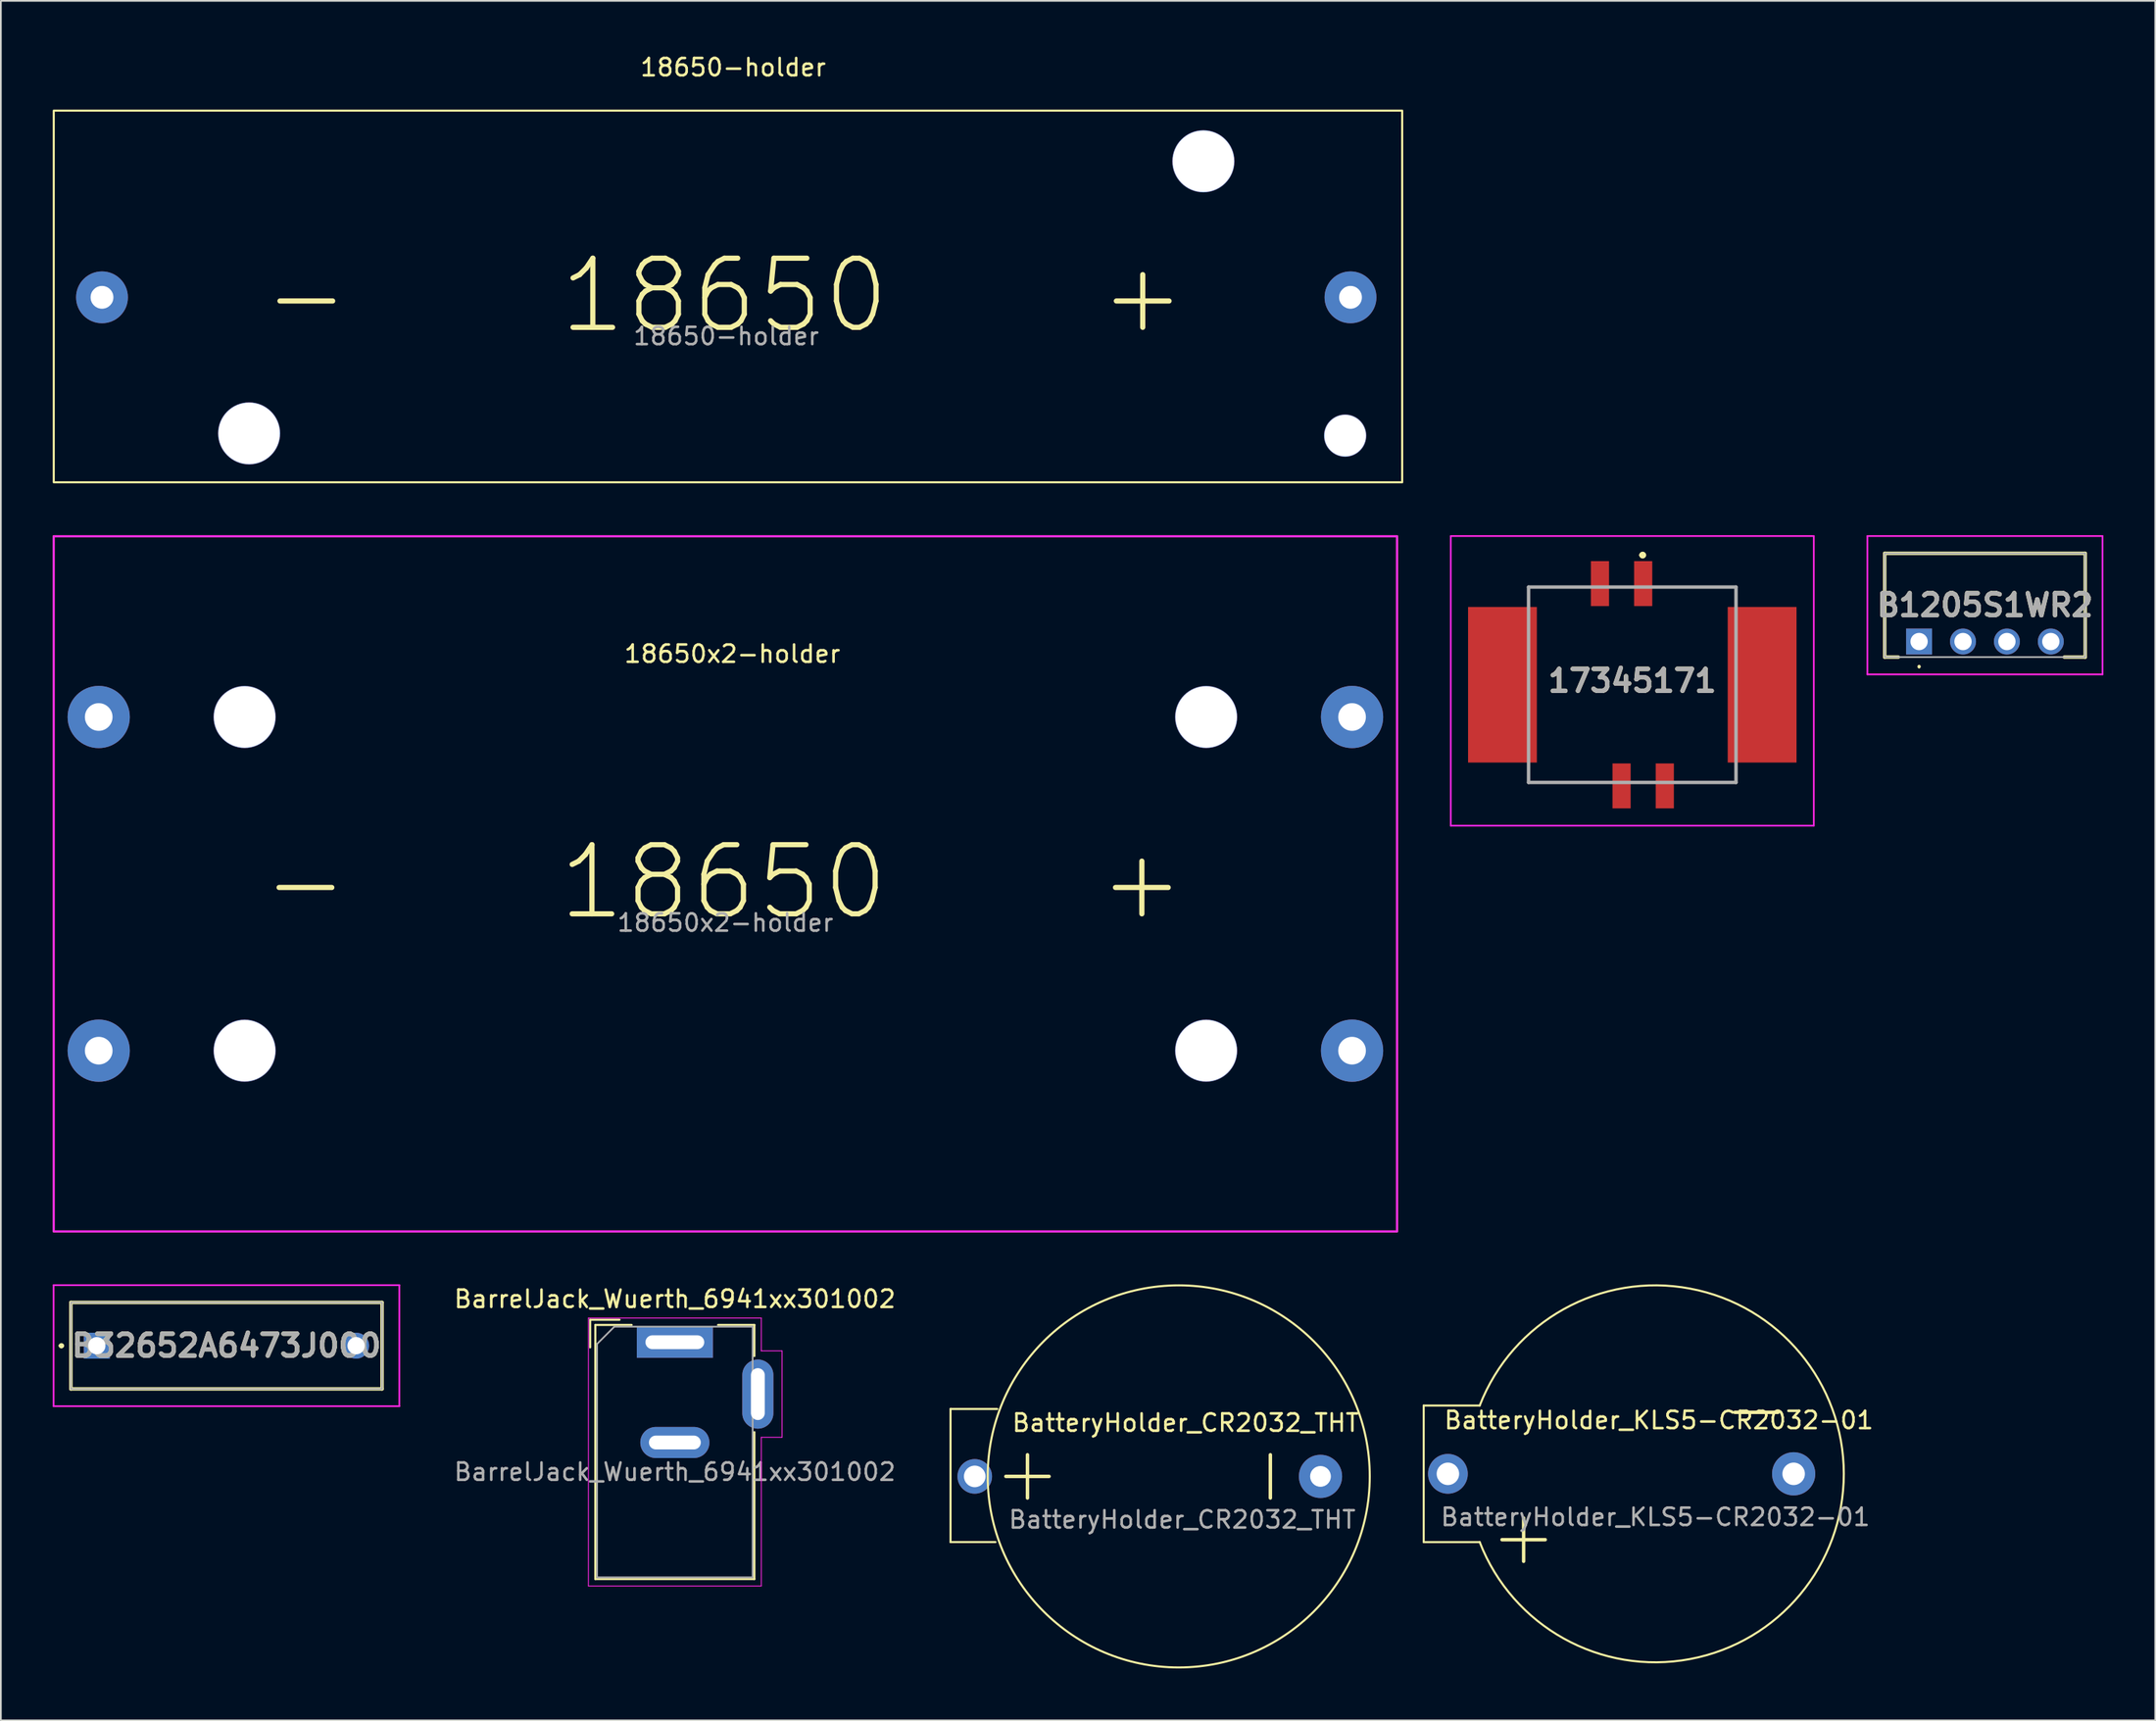
<source format=kicad_pcb>
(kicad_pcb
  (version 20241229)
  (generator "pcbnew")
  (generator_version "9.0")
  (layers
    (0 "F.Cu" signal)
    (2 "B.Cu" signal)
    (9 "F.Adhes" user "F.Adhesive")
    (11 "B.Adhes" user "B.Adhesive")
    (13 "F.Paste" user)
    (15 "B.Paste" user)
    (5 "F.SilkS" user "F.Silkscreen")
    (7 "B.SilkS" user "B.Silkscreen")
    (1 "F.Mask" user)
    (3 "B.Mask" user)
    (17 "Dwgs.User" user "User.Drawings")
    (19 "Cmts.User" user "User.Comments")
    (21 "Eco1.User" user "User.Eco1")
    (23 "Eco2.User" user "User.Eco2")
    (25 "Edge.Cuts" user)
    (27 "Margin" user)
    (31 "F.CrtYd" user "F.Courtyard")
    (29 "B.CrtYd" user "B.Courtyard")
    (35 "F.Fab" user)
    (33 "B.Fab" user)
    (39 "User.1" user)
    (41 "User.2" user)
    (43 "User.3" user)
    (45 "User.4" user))
  (footprint "18650-holder"
    (layer "F.Cu")
    (at 38.96 14.148)
    (property "Reference" "18650-holder" (at 0.4 -13.3 0) (unlocked yes) (layer "F.SilkS") (effects (font (size 1 1) (thickness 0.15))))
    (attr through_hole)
    (fp_rect (start -38.9 -10.8) (end 39.1 10.7) (stroke (width 0.12) (type solid)) (fill no) (layer "F.SilkS"))
    (fp_text user "-    18650    +" (at -0.1 -0.1 0) (unlocked yes) (layer "F.SilkS") (effects (font (size 4 4) (thickness 0.3))))
    (fp_text user "${REFERENCE}" (at 0 2.25 0) (unlocked yes) (layer "F.Fab") (effects (font (size 1 1) (thickness 0.15))))
    (pad "" np_thru_hole circle (at -27.6 7.87) (size 3.6 3.6) (drill 3.55) (layers "*.Cu" "*.Mask"))
    (pad "" np_thru_hole circle (at 27.6 -7.87) (size 3.6 3.6) (drill 3.55) (layers "*.Cu" "*.Mask"))
    (pad "" np_thru_hole circle (at 35.8 8) (size 2.45 2.45) (drill 2.4) (layers "*.Cu" "*.Mask"))
    (pad "1" thru_hole circle (at 36.11 0) (size 3 3) (drill 1.32) (layers "*.Cu" "*.Mask"))
    (pad "2" thru_hole circle (at -36.11 0) (size 3 3) (drill 1.32) (layers "*.Cu" "*.Mask")))
  (footprint "BatteryHolder_KLS5-CR2032-01"
    (layer "F.Cu")
    (at 92.704 82.199)
    (property "Reference" "BatteryHolder_KLS5-CR2032-01" (at 0.2 -3.1 0) (unlocked yes) (layer "F.SilkS") (effects (font (size 1 1) (thickness 0.15))))
    (attr through_hole)
    (fp_line (start -13.4 -3.95) (end -13.4 3.95) (stroke (width 0.12) (type solid)) (layer "F.SilkS"))
    (fp_line (start -13.4 3.95) (end -10.16 3.95) (stroke (width 0.12) (type solid)) (layer "F.SilkS"))
    (fp_line (start -10.16 -3.95) (end -13.4 -3.95) (stroke (width 0.12) (type solid)) (layer "F.SilkS"))
    (fp_line (start -8.87 3.81) (end -6.37 3.81) (stroke (width 0.2) (type solid)) (layer "F.SilkS"))
    (fp_line (start -7.62 5.06) (end -7.62 2.56) (stroke (width 0.2) (type solid)) (layer "F.SilkS"))
    (fp_line (start 7.092 -3.556) (end 4.592 -3.556) (stroke (width 0.2) (type solid)) (layer "F.SilkS"))
    (fp_arc (start -10.16 -3.95) (mid 10.90083 0) (end -10.16 3.95) (stroke (width 0.12) (type solid)) (layer "F.SilkS"))
    (fp_text user "${REFERENCE}" (at 0 2.5 0) (unlocked yes) (layer "F.Fab") (effects (font (size 1 1) (thickness 0.15))))
    (pad "1" thru_hole circle (at -12 0 90) (size 2.3 2.3) (drill 1.3) (layers "*.Cu" "*.Mask"))
    (pad "2" thru_hole circle (at 8 0 90) (size 2.5 2.5) (drill 1.3) (layers "*.Cu" "*.Mask")))
  (footprint "17345171"
    (layer "F.Cu")
    (at 91.37 35.683)
    (property "Reference" "17345171" (at 0 0.65 0) (layer "F.SilkS") (effects (font (size 1.27 1.27) (thickness 0.254))))
    (attr smd)
    (fp_line (start -6 -4.775) (end -6 -4.125) (stroke (width 0.1) (type solid)) (layer "F.SilkS"))
    (fp_line (start -6 5.875) (end -6 6.525) (stroke (width 0.1) (type solid)) (layer "F.SilkS"))
    (fp_line (start -6 6.525) (end -1.5 6.525) (stroke (width 0.1) (type solid)) (layer "F.SilkS"))
    (fp_line (start -3 -4.775) (end -6 -4.775) (stroke (width 0.1) (type solid)) (layer "F.SilkS"))
    (fp_line (start 0.5 -6.625) (end 0.5 -6.625) (stroke (width 0.2) (type solid)) (layer "F.SilkS"))
    (fp_line (start 0.7 -6.625) (end 0.7 -6.625) (stroke (width 0.2) (type solid)) (layer "F.SilkS"))
    (fp_line (start 1.5 -4.775) (end 6 -4.775) (stroke (width 0.1) (type solid)) (layer "F.SilkS"))
    (fp_line (start 6 -4.775) (end 6 -4.125) (stroke (width 0.1) (type solid)) (layer "F.SilkS"))
    (fp_line (start 6 5.875) (end 6 6.525) (stroke (width 0.1) (type solid)) (layer "F.SilkS"))
    (fp_line (start 6 6.525) (end 3 6.525) (stroke (width 0.1) (type solid)) (layer "F.SilkS"))
    (fp_arc (start 0.5 -6.625) (mid 0.6 -6.725) (end 0.7 -6.625) (stroke (width 0.2) (type solid)) (layer "F.SilkS"))
    (fp_arc (start 0.7 -6.625) (mid 0.6 -6.525) (end 0.5 -6.625) (stroke (width 0.2) (type solid)) (layer "F.SilkS"))
    (fp_line (start -10.5 -7.725) (end 10.5 -7.725) (stroke (width 0.1) (type solid)) (layer "F.CrtYd"))
    (fp_line (start -10.5 9.025) (end -10.5 -7.725) (stroke (width 0.1) (type solid)) (layer "F.CrtYd"))
    (fp_line (start 10.5 -7.725) (end 10.5 9.025) (stroke (width 0.1) (type solid)) (layer "F.CrtYd"))
    (fp_line (start 10.5 9.025) (end -10.5 9.025) (stroke (width 0.1) (type solid)) (layer "F.CrtYd"))
    (fp_line (start -6 -4.775) (end 6 -4.775) (stroke (width 0.2) (type solid)) (layer "F.Fab"))
    (fp_line (start -6 6.525) (end -6 -4.775) (stroke (width 0.2) (type solid)) (layer "F.Fab"))
    (fp_line (start 6 -4.775) (end 6 6.525) (stroke (width 0.2) (type solid)) (layer "F.Fab"))
    (fp_line (start 6 6.525) (end -6 6.525) (stroke (width 0.2) (type solid)) (layer "F.Fab"))
    (fp_text user "${REFERENCE}" (at 0 0.65 0) (layer "F.Fab") (effects (font (size 1.27 1.27) (thickness 0.254))))
    (pad "1" smd rect (at 0.63 -4.975) (size 1.05 2.6) (layers "F.Cu" "F.Mask" "F.Paste"))
    (pad "2" smd rect (at -1.87 -4.975) (size 1.05 2.6) (layers "F.Cu" "F.Mask" "F.Paste"))
    (pad "3" smd rect (at -0.62 6.725) (size 1.05 2.6) (layers "F.Cu" "F.Mask" "F.Paste"))
    (pad "4" smd rect (at 1.88 6.725) (size 1.05 2.6) (layers "F.Cu" "F.Mask" "F.Paste"))
    (pad "5" smd rect (at -7.51 0.875) (size 3.98 9) (layers "F.Cu" "F.Mask" "F.Paste"))
    (pad "5" smd rect (at 7.51 0.875) (size 3.98 9) (layers "F.Cu" "F.Mask" "F.Paste")))
  (footprint "B1205S1WR2"
    (layer "F.Cu")
    (at 107.96 34.058)
    (property "Reference" "B1205S1WR2" (at 3.81 -2.1 0) (layer "F.SilkS") (effects (font (size 1.27 1.27) (thickness 0.254))))
    (attr through_hole)
    (fp_line (start -1.99 -5.1) (end 9.61 -5.1) (stroke (width 0.2) (type solid)) (layer "F.SilkS"))
    (fp_line (start -1.99 0.9) (end -1.99 -5.1) (stroke (width 0.2) (type solid)) (layer "F.SilkS"))
    (fp_line (start -1.2 0.9) (end -1.99 0.9) (stroke (width 0.2) (type solid)) (layer "F.SilkS"))
    (fp_line (start 0 1.4) (end 0 1.4) (stroke (width 0.1) (type solid)) (layer "F.SilkS"))
    (fp_line (start 0 1.5) (end 0 1.5) (stroke (width 0.1) (type solid)) (layer "F.SilkS"))
    (fp_line (start 9.61 -5.1) (end 9.61 0.9) (stroke (width 0.2) (type solid)) (layer "F.SilkS"))
    (fp_line (start 9.61 0.9) (end 8.4 0.9) (stroke (width 0.2) (type solid)) (layer "F.SilkS"))
    (fp_arc (start 0 1.4) (mid 0.05 1.45) (end 0 1.5) (stroke (width 0.1) (type solid)) (layer "F.SilkS"))
    (fp_arc (start 0 1.5) (mid -0.05 1.45) (end 0 1.4) (stroke (width 0.1) (type solid)) (layer "F.SilkS"))
    (fp_line (start -2.99 -6.1) (end 10.61 -6.1) (stroke (width 0.1) (type solid)) (layer "F.CrtYd"))
    (fp_line (start -2.99 1.9) (end -2.99 -6.1) (stroke (width 0.1) (type solid)) (layer "F.CrtYd"))
    (fp_line (start 10.61 -6.1) (end 10.61 1.9) (stroke (width 0.1) (type solid)) (layer "F.CrtYd"))
    (fp_line (start 10.61 1.9) (end -2.99 1.9) (stroke (width 0.1) (type solid)) (layer "F.CrtYd"))
    (fp_line (start -1.99 -5.1) (end 9.61 -5.1) (stroke (width 0.1) (type solid)) (layer "F.Fab"))
    (fp_line (start -1.99 0.9) (end -1.99 -5.1) (stroke (width 0.1) (type solid)) (layer "F.Fab"))
    (fp_line (start 9.61 -5.1) (end 9.61 0.9) (stroke (width 0.1) (type solid)) (layer "F.Fab"))
    (fp_line (start 9.61 0.9) (end -1.99 0.9) (stroke (width 0.1) (type solid)) (layer "F.Fab"))
    (fp_text user "${REFERENCE}" (at 3.81 -2.1 0) (layer "F.Fab") (effects (font (size 1.27 1.27) (thickness 0.254))))
    (pad "1" thru_hole rect (at 0 0) (size 1.5 1.5) (drill 1) (layers "*.Cu" "*.Mask"))
    (pad "2" thru_hole circle (at 2.54 0) (size 1.5 1.5) (drill 1) (layers "*.Cu" "*.Mask"))
    (pad "3" thru_hole circle (at 5.08 0) (size 1.5 1.5) (drill 1) (layers "*.Cu" "*.Mask"))
    (pad "4" thru_hole circle (at 7.62 0) (size 1.5 1.5) (drill 1) (layers "*.Cu" "*.Mask")))
  (footprint "BarrelJack_Wuerth_6941xx301002"
    (layer "F.Cu")
    (at 35.987 74.587)
    (property "Reference" "BarrelJack_Wuerth_6941xx301002" (at 0 -2.5 0) (layer "F.SilkS") (effects (font (size 1 1) (thickness 0.15))))
    (attr through_hole)
    (fp_line (start -4.9 -1.3) (end -4.9 0.3) (stroke (width 0.12) (type solid)) (layer "F.SilkS"))
    (fp_line (start -4.6 -1) (end -2.5 -1) (stroke (width 0.12) (type solid)) (layer "F.SilkS"))
    (fp_line (start -4.6 13.7) (end -4.6 -1) (stroke (width 0.12) (type solid)) (layer "F.SilkS"))
    (fp_line (start -3.2 -1.3) (end -4.9 -1.3) (stroke (width 0.12) (type solid)) (layer "F.SilkS"))
    (fp_line (start 2.5 -1) (end 4.6 -1) (stroke (width 0.12) (type solid)) (layer "F.SilkS"))
    (fp_line (start 4.6 -1) (end 4.6 0.8) (stroke (width 0.12) (type solid)) (layer "F.SilkS"))
    (fp_line (start 4.6 5.2) (end 4.6 13.7) (stroke (width 0.12) (type solid)) (layer "F.SilkS"))
    (fp_line (start 4.6 13.7) (end -4.6 13.7) (stroke (width 0.12) (type solid)) (layer "F.SilkS"))
    (fp_line (start -5 -1.4) (end -5 14.1) (stroke (width 0.05) (type solid)) (layer "F.CrtYd"))
    (fp_line (start -5 14.1) (end 5 14.1) (stroke (width 0.05) (type solid)) (layer "F.CrtYd"))
    (fp_line (start 5 -1.4) (end -5 -1.4) (stroke (width 0.05) (type solid)) (layer "F.CrtYd"))
    (fp_line (start 5 0.5) (end 5 -1.4) (stroke (width 0.05) (type solid)) (layer "F.CrtYd"))
    (fp_line (start 5 14.1) (end 5 5.5) (stroke (width 0.05) (type solid)) (layer "F.CrtYd"))
    (fp_line (start 6.2 0.5) (end 5 0.5) (stroke (width 0.05) (type solid)) (layer "F.CrtYd"))
    (fp_line (start 6.2 0.5) (end 6.2 5.5) (stroke (width 0.05) (type solid)) (layer "F.CrtYd"))
    (fp_line (start 6.2 5.5) (end 5 5.5) (stroke (width 0.05) (type solid)) (layer "F.CrtYd"))
    (fp_line (start -4.5 0.1) (end -3.5 -0.9) (stroke (width 0.1) (type solid)) (layer "F.Fab"))
    (fp_line (start -4.5 13.6) (end -4.5 0.1) (stroke (width 0.1) (type solid)) (layer "F.Fab"))
    (fp_line (start 4.5 -0.9) (end -3.5 -0.9) (stroke (width 0.1) (type solid)) (layer "F.Fab"))
    (fp_line (start 4.5 -0.9) (end 4.5 13.6) (stroke (width 0.1) (type solid)) (layer "F.Fab"))
    (fp_line (start 4.5 13.6) (end -4.5 13.6) (stroke (width 0.1) (type solid)) (layer "F.Fab"))
    (fp_text user "${REFERENCE}" (at 0 7.5 0) (layer "F.Fab") (effects (font (size 1 1) (thickness 0.15))))
    (pad "1" thru_hole rect (at 0 0) (size 4.4 1.8) (drill oval 3.4 0.8) (layers "*.Cu" "*.Mask"))
    (pad "2" thru_hole oval (at 0 5.8) (size 4 1.8) (drill oval 3 0.8) (layers "*.Cu" "*.Mask"))
    (pad "3" thru_hole oval (at 4.8 3 90) (size 4 1.8) (drill oval 3 0.8) (layers "*.Cu" "*.Mask")))
  (footprint "BatteryHolder_CR2032_THT"
    (layer "F.Cu")
    (at 65.334 82.348)
    (property "Reference" "BatteryHolder_CR2032_THT" (at 0.2 -3.1 0) (unlocked yes) (layer "F.SilkS") (effects (font (size 1 1) (thickness 0.15))))
    (attr through_hole)
    (fp_line (start -13.4 -3.9) (end -13.4 3.8) (stroke (width 0.12) (type solid)) (layer "F.SilkS"))
    (fp_line (start -13.4 3.8) (end -10.8 3.8) (stroke (width 0.12) (type solid)) (layer "F.SilkS"))
    (fp_line (start -10.7 -3.9) (end -13.4 -3.9) (stroke (width 0.12) (type solid)) (layer "F.SilkS"))
    (fp_line (start -10.2 0) (end -7.7 0) (stroke (width 0.2) (type solid)) (layer "F.SilkS"))
    (fp_line (start -8.95 1.25) (end -8.95 -1.25) (stroke (width 0.2) (type solid)) (layer "F.SilkS"))
    (fp_line (start 5.1 1.25) (end 5.1 -1.25) (stroke (width 0.2) (type solid)) (layer "F.SilkS"))
    (fp_circle (center -0.2 0) (end 10.85 0) (stroke (width 0.12) (type solid)) (fill no) (layer "F.SilkS"))
    (fp_text user "${REFERENCE}" (at 0 2.5 0) (unlocked yes) (layer "F.Fab") (effects (font (size 1 1) (thickness 0.15))))
    (pad "1" thru_hole circle (at -12 0 90) (size 2 2) (drill 1.25) (layers "*.Cu" "*.Mask"))
    (pad "2" thru_hole circle (at 8 0 90) (size 2.5 2.5) (drill 1.2) (layers "*.Cu" "*.Mask")))
  (footprint "B32652A6473J000"
    (layer "F.Cu")
    (at 2.55 74.788)
    (property "Reference" "B32652A6473J000" (at 7.5 0 0) (layer "F.SilkS") (effects (font (size 1.27 1.27) (thickness 0.254))))
    (attr through_hole)
    (fp_line (start -2.1 0) (end -2.1 0) (stroke (width 0.2) (type solid)) (layer "F.SilkS"))
    (fp_line (start -2.1 0) (end -2.1 0) (stroke (width 0.2) (type solid)) (layer "F.SilkS"))
    (fp_line (start -2 0) (end -2 0) (stroke (width 0.2) (type solid)) (layer "F.SilkS"))
    (fp_line (start -1.5 -2.5) (end -1.5 2.5) (stroke (width 0.2) (type solid)) (layer "F.SilkS"))
    (fp_line (start -1.5 2.5) (end 16.5 2.5) (stroke (width 0.2) (type solid)) (layer "F.SilkS"))
    (fp_line (start 16.5 -2.5) (end -1.5 -2.5) (stroke (width 0.2) (type solid)) (layer "F.SilkS"))
    (fp_line (start 16.5 2.5) (end 16.5 -2.5) (stroke (width 0.2) (type solid)) (layer "F.SilkS"))
    (fp_arc (start -2.1 0) (mid -2.05 -0.05) (end -2 0) (stroke (width 0.2) (type solid)) (layer "F.SilkS"))
    (fp_arc (start -2 0) (mid -2.05 0.05) (end -2.1 0) (stroke (width 0.2) (type solid)) (layer "F.SilkS"))
    (fp_arc (start -2 0) (mid -2.05 0.05) (end -2.1 0) (stroke (width 0.2) (type solid)) (layer "F.SilkS"))
    (fp_line (start -2.5 -3.5) (end 17.5 -3.5) (stroke (width 0.1) (type solid)) (layer "F.CrtYd"))
    (fp_line (start -2.5 3.5) (end -2.5 -3.5) (stroke (width 0.1) (type solid)) (layer "F.CrtYd"))
    (fp_line (start 17.5 -3.5) (end 17.5 3.5) (stroke (width 0.1) (type solid)) (layer "F.CrtYd"))
    (fp_line (start 17.5 3.5) (end -2.5 3.5) (stroke (width 0.1) (type solid)) (layer "F.CrtYd"))
    (fp_line (start -1.5 -2.5) (end -1.5 2.5) (stroke (width 0.1) (type solid)) (layer "F.Fab"))
    (fp_line (start -1.5 2.5) (end 16.5 2.5) (stroke (width 0.1) (type solid)) (layer "F.Fab"))
    (fp_line (start 16.5 -2.5) (end -1.5 -2.5) (stroke (width 0.1) (type solid)) (layer "F.Fab"))
    (fp_line (start 16.5 2.5) (end 16.5 -2.5) (stroke (width 0.1) (type solid)) (layer "F.Fab"))
    (fp_text user "${REFERENCE}" (at 7.5 0 0) (layer "F.Fab") (effects (font (size 1.27 1.27) (thickness 0.254))))
    (pad "1" thru_hole rect (at 0 0) (size 1.5 1.5) (drill 1) (layers "*.Cu" "*.Mask"))
    (pad "2" thru_hole circle (at 15 0) (size 1.5 1.5) (drill 1) (layers "*.Cu" "*.Mask")))
  (footprint "18650x2-holder"
    (layer "F.Cu")
    (at 38.91 48.073)
    (property "Reference" "18650x2-holder" (at 0.4 -13.3 0) (unlocked yes) (layer "F.SilkS") (effects (font (size 1 1) (thickness 0.15))))
    (attr through_hole)
    (fp_rect (start -38.85 -20.105) (end 38.85 20.105) (stroke (width 0.12) (type solid)) (fill no) (layer "F.SilkS"))
    (fp_rect (start -38.85 -20.105) (end 38.85 20.105) (stroke (width 0.12) (type solid)) (fill no) (layer "F.CrtYd"))
    (fp_text user "-    18650    +" (at -0.1 -0.1 0) (unlocked yes) (layer "F.SilkS") (effects (font (size 4 4) (thickness 0.3))))
    (fp_text user "${REFERENCE}" (at 0 2.25 0) (unlocked yes) (layer "F.Fab") (effects (font (size 1 1) (thickness 0.15))))
    (pad "" np_thru_hole circle (at -27.81 -9.65) (size 3.6 3.6) (drill 3.55) (layers "*.Cu" "*.Mask"))
    (pad "" np_thru_hole circle (at -27.81 9.65) (size 3.6 3.6) (drill 3.55) (layers "*.Cu" "*.Mask"))
    (pad "" np_thru_hole circle (at 27.81 -9.65) (size 3.6 3.6) (drill 3.55) (layers "*.Cu" "*.Mask"))
    (pad "" np_thru_hole circle (at 27.81 9.65) (size 3.6 3.6) (drill 3.55) (layers "*.Cu" "*.Mask"))
    (pad "1" thru_hole circle (at 36.25 -9.65) (size 3.6 3.6) (drill 1.6) (layers "*.Cu" "*.Mask"))
    (pad "2" thru_hole circle (at -36.25 -9.65) (size 3.6 3.6) (drill 1.6) (layers "*.Cu" "*.Mask"))
    (pad "3" thru_hole circle (at 36.25 9.65) (size 3.6 3.6) (drill 1.6) (layers "*.Cu" "*.Mask"))
    (pad "4" thru_hole circle (at -36.25 9.65) (size 3.6 3.6) (drill 1.6) (layers "*.Cu" "*.Mask")))
  (gr_rect
    (start -3 -3)
    (end 121.62 96.458)
    (stroke (width 0.1) (type default))
    (fill no)
    (layer "Edge.Cuts")))
</source>
